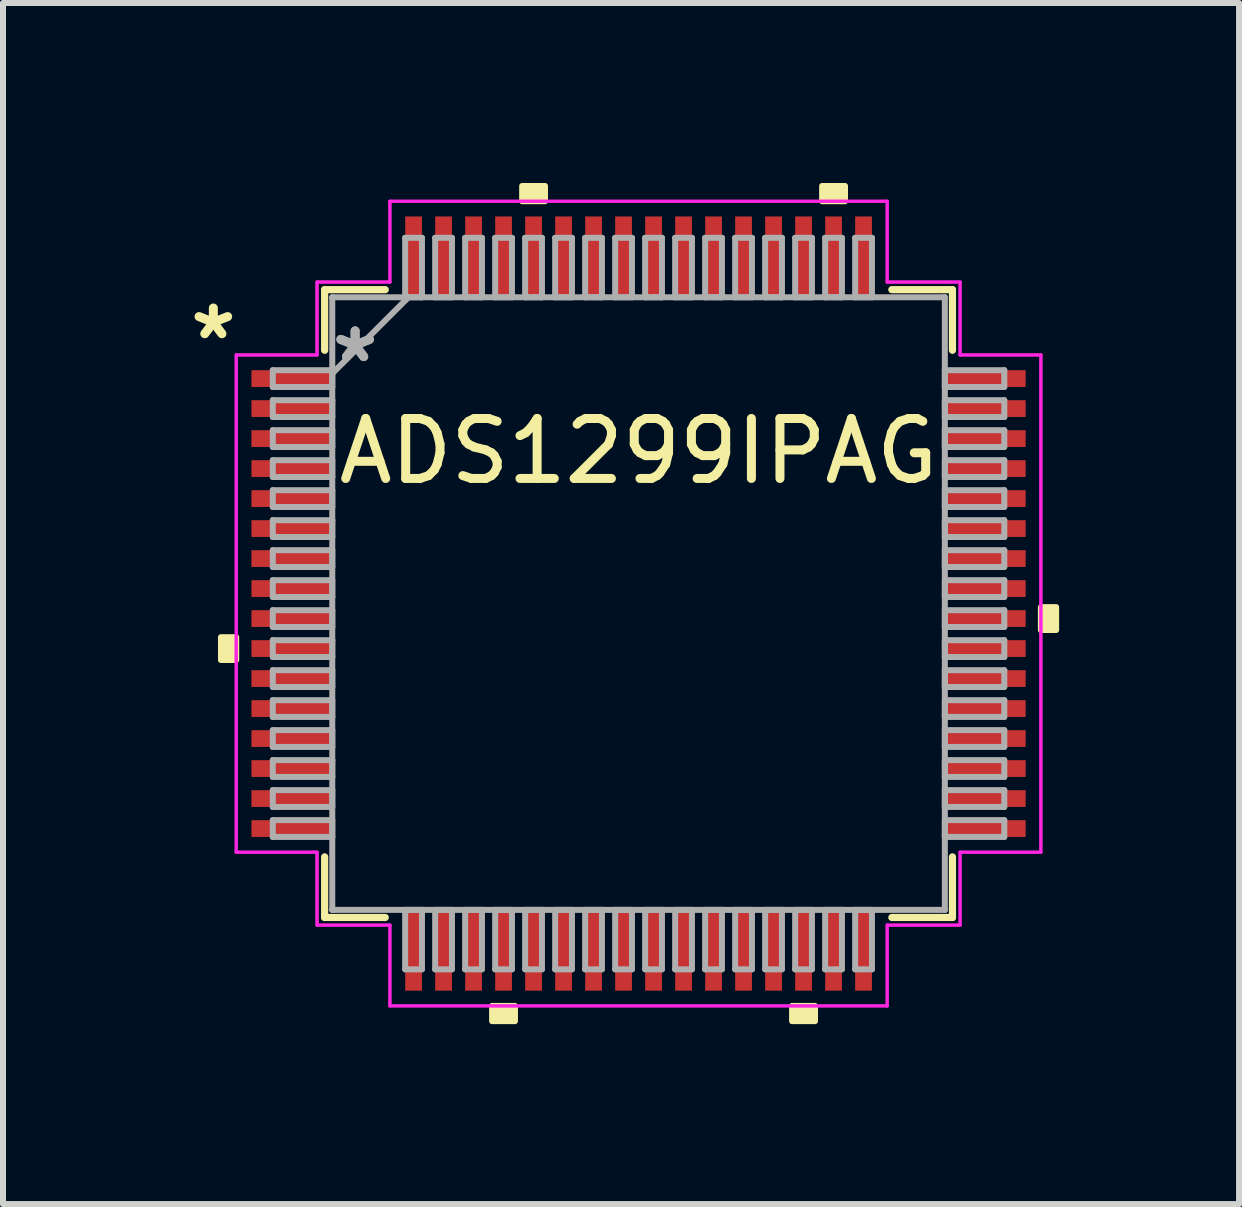
<source format=kicad_pcb>
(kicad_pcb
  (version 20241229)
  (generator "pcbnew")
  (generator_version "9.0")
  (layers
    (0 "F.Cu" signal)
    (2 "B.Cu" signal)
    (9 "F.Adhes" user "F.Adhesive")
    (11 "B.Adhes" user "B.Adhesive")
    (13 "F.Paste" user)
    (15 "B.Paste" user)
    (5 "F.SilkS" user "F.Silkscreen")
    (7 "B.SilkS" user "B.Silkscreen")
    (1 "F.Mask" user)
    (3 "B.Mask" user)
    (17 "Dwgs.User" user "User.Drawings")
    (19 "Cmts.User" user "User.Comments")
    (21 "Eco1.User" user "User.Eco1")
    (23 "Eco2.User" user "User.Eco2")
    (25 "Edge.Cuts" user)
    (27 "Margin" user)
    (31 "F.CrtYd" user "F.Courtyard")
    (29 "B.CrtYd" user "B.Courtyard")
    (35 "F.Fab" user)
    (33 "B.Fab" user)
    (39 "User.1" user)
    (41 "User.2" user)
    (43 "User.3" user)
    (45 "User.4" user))
  (footprint "ADS1299IPAG"
    (layer "F.Cu")
    (at 7.593 7.01)
    (property "Reference" "ADS1299IPAG" (at 0 -2.54 0) (layer "F.SilkS") (effects (font (size 1 1) (thickness 0.15))))
    (attr through_hole)
    (fp_line (start -5.232 -5.232) (end -5.232 -4.222) (stroke (width 0.12) (type solid)) (layer "F.SilkS"))
    (fp_line (start -5.232 4.222) (end -5.232 5.232) (stroke (width 0.12) (type solid)) (layer "F.SilkS"))
    (fp_line (start -5.232 5.232) (end -4.222 5.232) (stroke (width 0.12) (type solid)) (layer "F.SilkS"))
    (fp_line (start -4.222 -5.232) (end -5.232 -5.232) (stroke (width 0.12) (type solid)) (layer "F.SilkS"))
    (fp_line (start 4.222 5.232) (end 5.232 5.232) (stroke (width 0.12) (type solid)) (layer "F.SilkS"))
    (fp_line (start 5.232 -5.232) (end 4.222 -5.232) (stroke (width 0.12) (type solid)) (layer "F.SilkS"))
    (fp_line (start 5.232 -4.222) (end 5.232 -5.232) (stroke (width 0.12) (type solid)) (layer "F.SilkS"))
    (fp_line (start 5.232 5.232) (end 5.232 4.222) (stroke (width 0.12) (type solid)) (layer "F.SilkS"))
    (fp_poly (pts (xy -6.96 0.56) (xy -6.96 0.941) (xy -6.706 0.941) (xy -6.706 0.56)) (stroke (width 0.1) (type solid)) (fill yes) (layer "F.SilkS"))
    (fp_poly (pts (xy -2.441 6.706) (xy -2.441 6.96) (xy -2.06 6.96) (xy -2.06 6.706)) (stroke (width 0.1) (type solid)) (fill yes) (layer "F.SilkS"))
    (fp_poly (pts (xy -1.94 -6.706) (xy -1.94 -6.96) (xy -1.559 -6.96) (xy -1.559 -6.706)) (stroke (width 0.1) (type solid)) (fill yes) (layer "F.SilkS"))
    (fp_poly (pts (xy 2.559 6.706) (xy 2.559 6.96) (xy 2.941 6.96) (xy 2.941 6.706)) (stroke (width 0.1) (type solid)) (fill yes) (layer "F.SilkS"))
    (fp_poly (pts (xy 3.06 -6.706) (xy 3.06 -6.96) (xy 3.441 -6.96) (xy 3.441 -6.706)) (stroke (width 0.1) (type solid)) (fill yes) (layer "F.SilkS"))
    (fp_poly (pts (xy 6.96 0.059) (xy 6.96 0.441) (xy 6.706 0.441) (xy 6.706 0.059)) (stroke (width 0.1) (type solid)) (fill yes) (layer "F.SilkS"))
    (fp_line (start -6.706 -4.144) (end -5.359 -4.144) (stroke (width 0.05) (type solid)) (layer "F.CrtYd"))
    (fp_line (start -6.706 -4.144) (end -5.359 -4.144) (stroke (width 0.05) (type solid)) (layer "F.CrtYd"))
    (fp_line (start -6.706 4.144) (end -6.706 -4.144) (stroke (width 0.05) (type solid)) (layer "F.CrtYd"))
    (fp_line (start -6.706 4.144) (end -6.706 -4.144) (stroke (width 0.05) (type solid)) (layer "F.CrtYd"))
    (fp_line (start -5.359 -5.359) (end -4.144 -5.359) (stroke (width 0.05) (type solid)) (layer "F.CrtYd"))
    (fp_line (start -5.359 -5.359) (end -4.144 -5.359) (stroke (width 0.05) (type solid)) (layer "F.CrtYd"))
    (fp_line (start -5.359 -4.144) (end -5.359 -5.359) (stroke (width 0.05) (type solid)) (layer "F.CrtYd"))
    (fp_line (start -5.359 -4.144) (end -5.359 -5.359) (stroke (width 0.05) (type solid)) (layer "F.CrtYd"))
    (fp_line (start -5.359 4.144) (end -6.706 4.144) (stroke (width 0.05) (type solid)) (layer "F.CrtYd"))
    (fp_line (start -5.359 4.144) (end -6.706 4.144) (stroke (width 0.05) (type solid)) (layer "F.CrtYd"))
    (fp_line (start -5.359 5.359) (end -5.359 4.144) (stroke (width 0.05) (type solid)) (layer "F.CrtYd"))
    (fp_line (start -5.359 5.359) (end -5.359 4.144) (stroke (width 0.05) (type solid)) (layer "F.CrtYd"))
    (fp_line (start -5.359 5.359) (end -4.144 5.359) (stroke (width 0.05) (type solid)) (layer "F.CrtYd"))
    (fp_line (start -4.144 -6.706) (end 4.144 -6.706) (stroke (width 0.05) (type solid)) (layer "F.CrtYd"))
    (fp_line (start -4.144 -6.706) (end 4.144 -6.706) (stroke (width 0.05) (type solid)) (layer "F.CrtYd"))
    (fp_line (start -4.144 -5.359) (end -4.144 -6.706) (stroke (width 0.05) (type solid)) (layer "F.CrtYd"))
    (fp_line (start -4.144 -5.359) (end -4.144 -6.706) (stroke (width 0.05) (type solid)) (layer "F.CrtYd"))
    (fp_line (start -4.144 5.359) (end -5.359 5.359) (stroke (width 0.05) (type solid)) (layer "F.CrtYd"))
    (fp_line (start -4.144 5.359) (end -4.144 6.706) (stroke (width 0.05) (type solid)) (layer "F.CrtYd"))
    (fp_line (start -4.144 6.706) (end -4.144 5.359) (stroke (width 0.05) (type solid)) (layer "F.CrtYd"))
    (fp_line (start -4.144 6.706) (end 4.144 6.706) (stroke (width 0.05) (type solid)) (layer "F.CrtYd"))
    (fp_line (start 4.144 -6.706) (end 4.144 -5.359) (stroke (width 0.05) (type solid)) (layer "F.CrtYd"))
    (fp_line (start 4.144 -6.706) (end 4.144 -5.359) (stroke (width 0.05) (type solid)) (layer "F.CrtYd"))
    (fp_line (start 4.144 -5.359) (end 5.359 -5.359) (stroke (width 0.05) (type solid)) (layer "F.CrtYd"))
    (fp_line (start 4.144 -5.359) (end 5.359 -5.359) (stroke (width 0.05) (type solid)) (layer "F.CrtYd"))
    (fp_line (start 4.144 5.359) (end 4.144 6.706) (stroke (width 0.05) (type solid)) (layer "F.CrtYd"))
    (fp_line (start 4.144 5.359) (end 5.359 5.359) (stroke (width 0.05) (type solid)) (layer "F.CrtYd"))
    (fp_line (start 4.144 6.706) (end -4.144 6.706) (stroke (width 0.05) (type solid)) (layer "F.CrtYd"))
    (fp_line (start 4.144 6.706) (end 4.144 5.359) (stroke (width 0.05) (type solid)) (layer "F.CrtYd"))
    (fp_line (start 5.359 -5.359) (end 5.359 -4.144) (stroke (width 0.05) (type solid)) (layer "F.CrtYd"))
    (fp_line (start 5.359 -4.144) (end 5.359 -5.359) (stroke (width 0.05) (type solid)) (layer "F.CrtYd"))
    (fp_line (start 5.359 -4.144) (end 6.706 -4.144) (stroke (width 0.05) (type solid)) (layer "F.CrtYd"))
    (fp_line (start 5.359 4.144) (end 5.359 5.359) (stroke (width 0.05) (type solid)) (layer "F.CrtYd"))
    (fp_line (start 5.359 4.144) (end 6.706 4.144) (stroke (width 0.05) (type solid)) (layer "F.CrtYd"))
    (fp_line (start 5.359 5.359) (end 4.144 5.359) (stroke (width 0.05) (type solid)) (layer "F.CrtYd"))
    (fp_line (start 5.359 5.359) (end 5.359 4.144) (stroke (width 0.05) (type solid)) (layer "F.CrtYd"))
    (fp_line (start 6.706 -4.144) (end 5.359 -4.144) (stroke (width 0.05) (type solid)) (layer "F.CrtYd"))
    (fp_line (start 6.706 -4.144) (end 6.706 4.144) (stroke (width 0.05) (type solid)) (layer "F.CrtYd"))
    (fp_line (start 6.706 4.144) (end 5.359 4.144) (stroke (width 0.05) (type solid)) (layer "F.CrtYd"))
    (fp_line (start 6.706 4.144) (end 6.706 -4.144) (stroke (width 0.05) (type solid)) (layer "F.CrtYd"))
    (fp_line (start -6.096 -3.89) (end -6.096 -3.61) (stroke (width 0.1) (type solid)) (layer "F.Fab"))
    (fp_line (start -6.096 -3.61) (end -5.105 -3.61) (stroke (width 0.1) (type solid)) (layer "F.Fab"))
    (fp_line (start -6.096 -3.39) (end -6.096 -3.11) (stroke (width 0.1) (type solid)) (layer "F.Fab"))
    (fp_line (start -6.096 -3.11) (end -5.105 -3.11) (stroke (width 0.1) (type solid)) (layer "F.Fab"))
    (fp_line (start -6.096 -2.89) (end -6.096 -2.61) (stroke (width 0.1) (type solid)) (layer "F.Fab"))
    (fp_line (start -6.096 -2.61) (end -5.105 -2.61) (stroke (width 0.1) (type solid)) (layer "F.Fab"))
    (fp_line (start -6.096 -2.39) (end -6.096 -2.11) (stroke (width 0.1) (type solid)) (layer "F.Fab"))
    (fp_line (start -6.096 -2.11) (end -5.105 -2.11) (stroke (width 0.1) (type solid)) (layer "F.Fab"))
    (fp_line (start -6.096 -1.89) (end -6.096 -1.61) (stroke (width 0.1) (type solid)) (layer "F.Fab"))
    (fp_line (start -6.096 -1.61) (end -5.105 -1.61) (stroke (width 0.1) (type solid)) (layer "F.Fab"))
    (fp_line (start -6.096 -1.39) (end -6.096 -1.11) (stroke (width 0.1) (type solid)) (layer "F.Fab"))
    (fp_line (start -6.096 -1.11) (end -5.105 -1.11) (stroke (width 0.1) (type solid)) (layer "F.Fab"))
    (fp_line (start -6.096 -0.89) (end -6.096 -0.61) (stroke (width 0.1) (type solid)) (layer "F.Fab"))
    (fp_line (start -6.096 -0.61) (end -5.105 -0.61) (stroke (width 0.1) (type solid)) (layer "F.Fab"))
    (fp_line (start -6.096 -0.39) (end -6.096 -0.11) (stroke (width 0.1) (type solid)) (layer "F.Fab"))
    (fp_line (start -6.096 -0.11) (end -5.105 -0.11) (stroke (width 0.1) (type solid)) (layer "F.Fab"))
    (fp_line (start -6.096 0.11) (end -6.096 0.39) (stroke (width 0.1) (type solid)) (layer "F.Fab"))
    (fp_line (start -6.096 0.39) (end -5.105 0.39) (stroke (width 0.1) (type solid)) (layer "F.Fab"))
    (fp_line (start -6.096 0.61) (end -6.096 0.89) (stroke (width 0.1) (type solid)) (layer "F.Fab"))
    (fp_line (start -6.096 0.89) (end -5.105 0.89) (stroke (width 0.1) (type solid)) (layer "F.Fab"))
    (fp_line (start -6.096 1.11) (end -6.096 1.39) (stroke (width 0.1) (type solid)) (layer "F.Fab"))
    (fp_line (start -6.096 1.39) (end -5.105 1.39) (stroke (width 0.1) (type solid)) (layer "F.Fab"))
    (fp_line (start -6.096 1.61) (end -6.096 1.89) (stroke (width 0.1) (type solid)) (layer "F.Fab"))
    (fp_line (start -6.096 1.89) (end -5.105 1.89) (stroke (width 0.1) (type solid)) (layer "F.Fab"))
    (fp_line (start -6.096 2.11) (end -6.096 2.39) (stroke (width 0.1) (type solid)) (layer "F.Fab"))
    (fp_line (start -6.096 2.39) (end -5.105 2.39) (stroke (width 0.1) (type solid)) (layer "F.Fab"))
    (fp_line (start -6.096 2.61) (end -6.096 2.89) (stroke (width 0.1) (type solid)) (layer "F.Fab"))
    (fp_line (start -6.096 2.89) (end -5.105 2.89) (stroke (width 0.1) (type solid)) (layer "F.Fab"))
    (fp_line (start -6.096 3.11) (end -6.096 3.39) (stroke (width 0.1) (type solid)) (layer "F.Fab"))
    (fp_line (start -6.096 3.39) (end -5.105 3.39) (stroke (width 0.1) (type solid)) (layer "F.Fab"))
    (fp_line (start -6.096 3.61) (end -6.096 3.89) (stroke (width 0.1) (type solid)) (layer "F.Fab"))
    (fp_line (start -6.096 3.89) (end -5.105 3.89) (stroke (width 0.1) (type solid)) (layer "F.Fab"))
    (fp_line (start -5.105 -5.105) (end -5.105 -5.105) (stroke (width 0.1) (type solid)) (layer "F.Fab"))
    (fp_line (start -5.105 -5.105) (end -5.105 5.105) (stroke (width 0.1) (type solid)) (layer "F.Fab"))
    (fp_line (start -5.105 -3.89) (end -6.096 -3.89) (stroke (width 0.1) (type solid)) (layer "F.Fab"))
    (fp_line (start -5.105 -3.835) (end -3.835 -5.105) (stroke (width 0.1) (type solid)) (layer "F.Fab"))
    (fp_line (start -5.105 -3.61) (end -5.105 -3.89) (stroke (width 0.1) (type solid)) (layer "F.Fab"))
    (fp_line (start -5.105 -3.39) (end -6.096 -3.39) (stroke (width 0.1) (type solid)) (layer "F.Fab"))
    (fp_line (start -5.105 -3.11) (end -5.105 -3.39) (stroke (width 0.1) (type solid)) (layer "F.Fab"))
    (fp_line (start -5.105 -2.89) (end -6.096 -2.89) (stroke (width 0.1) (type solid)) (layer "F.Fab"))
    (fp_line (start -5.105 -2.61) (end -5.105 -2.89) (stroke (width 0.1) (type solid)) (layer "F.Fab"))
    (fp_line (start -5.105 -2.39) (end -6.096 -2.39) (stroke (width 0.1) (type solid)) (layer "F.Fab"))
    (fp_line (start -5.105 -2.11) (end -5.105 -2.39) (stroke (width 0.1) (type solid)) (layer "F.Fab"))
    (fp_line (start -5.105 -1.89) (end -6.096 -1.89) (stroke (width 0.1) (type solid)) (layer "F.Fab"))
    (fp_line (start -5.105 -1.61) (end -5.105 -1.89) (stroke (width 0.1) (type solid)) (layer "F.Fab"))
    (fp_line (start -5.105 -1.39) (end -6.096 -1.39) (stroke (width 0.1) (type solid)) (layer "F.Fab"))
    (fp_line (start -5.105 -1.11) (end -5.105 -1.39) (stroke (width 0.1) (type solid)) (layer "F.Fab"))
    (fp_line (start -5.105 -0.89) (end -6.096 -0.89) (stroke (width 0.1) (type solid)) (layer "F.Fab"))
    (fp_line (start -5.105 -0.61) (end -5.105 -0.89) (stroke (width 0.1) (type solid)) (layer "F.Fab"))
    (fp_line (start -5.105 -0.39) (end -6.096 -0.39) (stroke (width 0.1) (type solid)) (layer "F.Fab"))
    (fp_line (start -5.105 -0.11) (end -5.105 -0.39) (stroke (width 0.1) (type solid)) (layer "F.Fab"))
    (fp_line (start -5.105 0.11) (end -6.096 0.11) (stroke (width 0.1) (type solid)) (layer "F.Fab"))
    (fp_line (start -5.105 0.39) (end -5.105 0.11) (stroke (width 0.1) (type solid)) (layer "F.Fab"))
    (fp_line (start -5.105 0.61) (end -6.096 0.61) (stroke (width 0.1) (type solid)) (layer "F.Fab"))
    (fp_line (start -5.105 0.89) (end -5.105 0.61) (stroke (width 0.1) (type solid)) (layer "F.Fab"))
    (fp_line (start -5.105 1.11) (end -6.096 1.11) (stroke (width 0.1) (type solid)) (layer "F.Fab"))
    (fp_line (start -5.105 1.39) (end -5.105 1.11) (stroke (width 0.1) (type solid)) (layer "F.Fab"))
    (fp_line (start -5.105 1.61) (end -6.096 1.61) (stroke (width 0.1) (type solid)) (layer "F.Fab"))
    (fp_line (start -5.105 1.89) (end -5.105 1.61) (stroke (width 0.1) (type solid)) (layer "F.Fab"))
    (fp_line (start -5.105 2.11) (end -6.096 2.11) (stroke (width 0.1) (type solid)) (layer "F.Fab"))
    (fp_line (start -5.105 2.39) (end -5.105 2.11) (stroke (width 0.1) (type solid)) (layer "F.Fab"))
    (fp_line (start -5.105 2.61) (end -6.096 2.61) (stroke (width 0.1) (type solid)) (layer "F.Fab"))
    (fp_line (start -5.105 2.89) (end -5.105 2.61) (stroke (width 0.1) (type solid)) (layer "F.Fab"))
    (fp_line (start -5.105 3.11) (end -6.096 3.11) (stroke (width 0.1) (type solid)) (layer "F.Fab"))
    (fp_line (start -5.105 3.39) (end -5.105 3.11) (stroke (width 0.1) (type solid)) (layer "F.Fab"))
    (fp_line (start -5.105 3.61) (end -6.096 3.61) (stroke (width 0.1) (type solid)) (layer "F.Fab"))
    (fp_line (start -5.105 3.89) (end -5.105 3.61) (stroke (width 0.1) (type solid)) (layer "F.Fab"))
    (fp_line (start -5.105 5.105) (end -5.105 5.105) (stroke (width 0.1) (type solid)) (layer "F.Fab"))
    (fp_line (start -5.105 5.105) (end 5.105 5.105) (stroke (width 0.1) (type solid)) (layer "F.Fab"))
    (fp_line (start -3.89 -6.096) (end -3.89 -5.105) (stroke (width 0.1) (type solid)) (layer "F.Fab"))
    (fp_line (start -3.89 -5.105) (end -3.61 -5.105) (stroke (width 0.1) (type solid)) (layer "F.Fab"))
    (fp_line (start -3.89 5.105) (end -3.89 6.096) (stroke (width 0.1) (type solid)) (layer "F.Fab"))
    (fp_line (start -3.89 6.096) (end -3.61 6.096) (stroke (width 0.1) (type solid)) (layer "F.Fab"))
    (fp_line (start -3.61 -6.096) (end -3.89 -6.096) (stroke (width 0.1) (type solid)) (layer "F.Fab"))
    (fp_line (start -3.61 -5.105) (end -3.61 -6.096) (stroke (width 0.1) (type solid)) (layer "F.Fab"))
    (fp_line (start -3.61 5.105) (end -3.89 5.105) (stroke (width 0.1) (type solid)) (layer "F.Fab"))
    (fp_line (start -3.61 6.096) (end -3.61 5.105) (stroke (width 0.1) (type solid)) (layer "F.Fab"))
    (fp_line (start -3.39 -6.096) (end -3.39 -5.105) (stroke (width 0.1) (type solid)) (layer "F.Fab"))
    (fp_line (start -3.39 -5.105) (end -3.11 -5.105) (stroke (width 0.1) (type solid)) (layer "F.Fab"))
    (fp_line (start -3.39 5.105) (end -3.39 6.096) (stroke (width 0.1) (type solid)) (layer "F.Fab"))
    (fp_line (start -3.39 6.096) (end -3.11 6.096) (stroke (width 0.1) (type solid)) (layer "F.Fab"))
    (fp_line (start -3.11 -6.096) (end -3.39 -6.096) (stroke (width 0.1) (type solid)) (layer "F.Fab"))
    (fp_line (start -3.11 -5.105) (end -3.11 -6.096) (stroke (width 0.1) (type solid)) (layer "F.Fab"))
    (fp_line (start -3.11 5.105) (end -3.39 5.105) (stroke (width 0.1) (type solid)) (layer "F.Fab"))
    (fp_line (start -3.11 6.096) (end -3.11 5.105) (stroke (width 0.1) (type solid)) (layer "F.Fab"))
    (fp_line (start -2.89 -6.096) (end -2.89 -5.105) (stroke (width 0.1) (type solid)) (layer "F.Fab"))
    (fp_line (start -2.89 -5.105) (end -2.61 -5.105) (stroke (width 0.1) (type solid)) (layer "F.Fab"))
    (fp_line (start -2.89 5.105) (end -2.89 6.096) (stroke (width 0.1) (type solid)) (layer "F.Fab"))
    (fp_line (start -2.89 6.096) (end -2.61 6.096) (stroke (width 0.1) (type solid)) (layer "F.Fab"))
    (fp_line (start -2.61 -6.096) (end -2.89 -6.096) (stroke (width 0.1) (type solid)) (layer "F.Fab"))
    (fp_line (start -2.61 -5.105) (end -2.61 -6.096) (stroke (width 0.1) (type solid)) (layer "F.Fab"))
    (fp_line (start -2.61 5.105) (end -2.89 5.105) (stroke (width 0.1) (type solid)) (layer "F.Fab"))
    (fp_line (start -2.61 6.096) (end -2.61 5.105) (stroke (width 0.1) (type solid)) (layer "F.Fab"))
    (fp_line (start -2.39 -6.096) (end -2.39 -5.105) (stroke (width 0.1) (type solid)) (layer "F.Fab"))
    (fp_line (start -2.39 -5.105) (end -2.11 -5.105) (stroke (width 0.1) (type solid)) (layer "F.Fab"))
    (fp_line (start -2.39 5.105) (end -2.39 6.096) (stroke (width 0.1) (type solid)) (layer "F.Fab"))
    (fp_line (start -2.39 6.096) (end -2.11 6.096) (stroke (width 0.1) (type solid)) (layer "F.Fab"))
    (fp_line (start -2.11 -6.096) (end -2.39 -6.096) (stroke (width 0.1) (type solid)) (layer "F.Fab"))
    (fp_line (start -2.11 -5.105) (end -2.11 -6.096) (stroke (width 0.1) (type solid)) (layer "F.Fab"))
    (fp_line (start -2.11 5.105) (end -2.39 5.105) (stroke (width 0.1) (type solid)) (layer "F.Fab"))
    (fp_line (start -2.11 6.096) (end -2.11 5.105) (stroke (width 0.1) (type solid)) (layer "F.Fab"))
    (fp_line (start -1.89 -6.096) (end -1.89 -5.105) (stroke (width 0.1) (type solid)) (layer "F.Fab"))
    (fp_line (start -1.89 -5.105) (end -1.61 -5.105) (stroke (width 0.1) (type solid)) (layer "F.Fab"))
    (fp_line (start -1.89 5.105) (end -1.89 6.096) (stroke (width 0.1) (type solid)) (layer "F.Fab"))
    (fp_line (start -1.89 6.096) (end -1.61 6.096) (stroke (width 0.1) (type solid)) (layer "F.Fab"))
    (fp_line (start -1.61 -6.096) (end -1.89 -6.096) (stroke (width 0.1) (type solid)) (layer "F.Fab"))
    (fp_line (start -1.61 -5.105) (end -1.61 -6.096) (stroke (width 0.1) (type solid)) (layer "F.Fab"))
    (fp_line (start -1.61 5.105) (end -1.89 5.105) (stroke (width 0.1) (type solid)) (layer "F.Fab"))
    (fp_line (start -1.61 6.096) (end -1.61 5.105) (stroke (width 0.1) (type solid)) (layer "F.Fab"))
    (fp_line (start -1.39 -6.096) (end -1.39 -5.105) (stroke (width 0.1) (type solid)) (layer "F.Fab"))
    (fp_line (start -1.39 -5.105) (end -1.11 -5.105) (stroke (width 0.1) (type solid)) (layer "F.Fab"))
    (fp_line (start -1.39 5.105) (end -1.39 6.096) (stroke (width 0.1) (type solid)) (layer "F.Fab"))
    (fp_line (start -1.39 6.096) (end -1.11 6.096) (stroke (width 0.1) (type solid)) (layer "F.Fab"))
    (fp_line (start -1.11 -6.096) (end -1.39 -6.096) (stroke (width 0.1) (type solid)) (layer "F.Fab"))
    (fp_line (start -1.11 -5.105) (end -1.11 -6.096) (stroke (width 0.1) (type solid)) (layer "F.Fab"))
    (fp_line (start -1.11 5.105) (end -1.39 5.105) (stroke (width 0.1) (type solid)) (layer "F.Fab"))
    (fp_line (start -1.11 6.096) (end -1.11 5.105) (stroke (width 0.1) (type solid)) (layer "F.Fab"))
    (fp_line (start -0.89 -6.096) (end -0.89 -5.105) (stroke (width 0.1) (type solid)) (layer "F.Fab"))
    (fp_line (start -0.89 -5.105) (end -0.61 -5.105) (stroke (width 0.1) (type solid)) (layer "F.Fab"))
    (fp_line (start -0.89 5.105) (end -0.89 6.096) (stroke (width 0.1) (type solid)) (layer "F.Fab"))
    (fp_line (start -0.89 6.096) (end -0.61 6.096) (stroke (width 0.1) (type solid)) (layer "F.Fab"))
    (fp_line (start -0.61 -6.096) (end -0.89 -6.096) (stroke (width 0.1) (type solid)) (layer "F.Fab"))
    (fp_line (start -0.61 -5.105) (end -0.61 -6.096) (stroke (width 0.1) (type solid)) (layer "F.Fab"))
    (fp_line (start -0.61 5.105) (end -0.89 5.105) (stroke (width 0.1) (type solid)) (layer "F.Fab"))
    (fp_line (start -0.61 6.096) (end -0.61 5.105) (stroke (width 0.1) (type solid)) (layer "F.Fab"))
    (fp_line (start -0.39 -6.096) (end -0.39 -5.105) (stroke (width 0.1) (type solid)) (layer "F.Fab"))
    (fp_line (start -0.39 -5.105) (end -0.11 -5.105) (stroke (width 0.1) (type solid)) (layer "F.Fab"))
    (fp_line (start -0.39 5.105) (end -0.39 6.096) (stroke (width 0.1) (type solid)) (layer "F.Fab"))
    (fp_line (start -0.39 6.096) (end -0.11 6.096) (stroke (width 0.1) (type solid)) (layer "F.Fab"))
    (fp_line (start -0.11 -6.096) (end -0.39 -6.096) (stroke (width 0.1) (type solid)) (layer "F.Fab"))
    (fp_line (start -0.11 -5.105) (end -0.11 -6.096) (stroke (width 0.1) (type solid)) (layer "F.Fab"))
    (fp_line (start -0.11 5.105) (end -0.39 5.105) (stroke (width 0.1) (type solid)) (layer "F.Fab"))
    (fp_line (start -0.11 6.096) (end -0.11 5.105) (stroke (width 0.1) (type solid)) (layer "F.Fab"))
    (fp_line (start 0.11 -6.096) (end 0.11 -5.105) (stroke (width 0.1) (type solid)) (layer "F.Fab"))
    (fp_line (start 0.11 -5.105) (end 0.39 -5.105) (stroke (width 0.1) (type solid)) (layer "F.Fab"))
    (fp_line (start 0.11 5.105) (end 0.11 6.096) (stroke (width 0.1) (type solid)) (layer "F.Fab"))
    (fp_line (start 0.11 6.096) (end 0.39 6.096) (stroke (width 0.1) (type solid)) (layer "F.Fab"))
    (fp_line (start 0.39 -6.096) (end 0.11 -6.096) (stroke (width 0.1) (type solid)) (layer "F.Fab"))
    (fp_line (start 0.39 -5.105) (end 0.39 -6.096) (stroke (width 0.1) (type solid)) (layer "F.Fab"))
    (fp_line (start 0.39 5.105) (end 0.11 5.105) (stroke (width 0.1) (type solid)) (layer "F.Fab"))
    (fp_line (start 0.39 6.096) (end 0.39 5.105) (stroke (width 0.1) (type solid)) (layer "F.Fab"))
    (fp_line (start 0.61 -6.096) (end 0.61 -5.105) (stroke (width 0.1) (type solid)) (layer "F.Fab"))
    (fp_line (start 0.61 -5.105) (end 0.89 -5.105) (stroke (width 0.1) (type solid)) (layer "F.Fab"))
    (fp_line (start 0.61 5.105) (end 0.61 6.096) (stroke (width 0.1) (type solid)) (layer "F.Fab"))
    (fp_line (start 0.61 6.096) (end 0.89 6.096) (stroke (width 0.1) (type solid)) (layer "F.Fab"))
    (fp_line (start 0.89 -6.096) (end 0.61 -6.096) (stroke (width 0.1) (type solid)) (layer "F.Fab"))
    (fp_line (start 0.89 -5.105) (end 0.89 -6.096) (stroke (width 0.1) (type solid)) (layer "F.Fab"))
    (fp_line (start 0.89 5.105) (end 0.61 5.105) (stroke (width 0.1) (type solid)) (layer "F.Fab"))
    (fp_line (start 0.89 6.096) (end 0.89 5.105) (stroke (width 0.1) (type solid)) (layer "F.Fab"))
    (fp_line (start 1.11 -6.096) (end 1.11 -5.105) (stroke (width 0.1) (type solid)) (layer "F.Fab"))
    (fp_line (start 1.11 -5.105) (end 1.39 -5.105) (stroke (width 0.1) (type solid)) (layer "F.Fab"))
    (fp_line (start 1.11 5.105) (end 1.11 6.096) (stroke (width 0.1) (type solid)) (layer "F.Fab"))
    (fp_line (start 1.11 6.096) (end 1.39 6.096) (stroke (width 0.1) (type solid)) (layer "F.Fab"))
    (fp_line (start 1.39 -6.096) (end 1.11 -6.096) (stroke (width 0.1) (type solid)) (layer "F.Fab"))
    (fp_line (start 1.39 -5.105) (end 1.39 -6.096) (stroke (width 0.1) (type solid)) (layer "F.Fab"))
    (fp_line (start 1.39 5.105) (end 1.11 5.105) (stroke (width 0.1) (type solid)) (layer "F.Fab"))
    (fp_line (start 1.39 6.096) (end 1.39 5.105) (stroke (width 0.1) (type solid)) (layer "F.Fab"))
    (fp_line (start 1.61 -6.096) (end 1.61 -5.105) (stroke (width 0.1) (type solid)) (layer "F.Fab"))
    (fp_line (start 1.61 -5.105) (end 1.89 -5.105) (stroke (width 0.1) (type solid)) (layer "F.Fab"))
    (fp_line (start 1.61 5.105) (end 1.61 6.096) (stroke (width 0.1) (type solid)) (layer "F.Fab"))
    (fp_line (start 1.61 6.096) (end 1.89 6.096) (stroke (width 0.1) (type solid)) (layer "F.Fab"))
    (fp_line (start 1.89 -6.096) (end 1.61 -6.096) (stroke (width 0.1) (type solid)) (layer "F.Fab"))
    (fp_line (start 1.89 -5.105) (end 1.89 -6.096) (stroke (width 0.1) (type solid)) (layer "F.Fab"))
    (fp_line (start 1.89 5.105) (end 1.61 5.105) (stroke (width 0.1) (type solid)) (layer "F.Fab"))
    (fp_line (start 1.89 6.096) (end 1.89 5.105) (stroke (width 0.1) (type solid)) (layer "F.Fab"))
    (fp_line (start 2.11 -6.096) (end 2.11 -5.105) (stroke (width 0.1) (type solid)) (layer "F.Fab"))
    (fp_line (start 2.11 -5.105) (end 2.39 -5.105) (stroke (width 0.1) (type solid)) (layer "F.Fab"))
    (fp_line (start 2.11 5.105) (end 2.11 6.096) (stroke (width 0.1) (type solid)) (layer "F.Fab"))
    (fp_line (start 2.11 6.096) (end 2.39 6.096) (stroke (width 0.1) (type solid)) (layer "F.Fab"))
    (fp_line (start 2.39 -6.096) (end 2.11 -6.096) (stroke (width 0.1) (type solid)) (layer "F.Fab"))
    (fp_line (start 2.39 -5.105) (end 2.39 -6.096) (stroke (width 0.1) (type solid)) (layer "F.Fab"))
    (fp_line (start 2.39 5.105) (end 2.11 5.105) (stroke (width 0.1) (type solid)) (layer "F.Fab"))
    (fp_line (start 2.39 6.096) (end 2.39 5.105) (stroke (width 0.1) (type solid)) (layer "F.Fab"))
    (fp_line (start 2.61 -6.096) (end 2.61 -5.105) (stroke (width 0.1) (type solid)) (layer "F.Fab"))
    (fp_line (start 2.61 -5.105) (end 2.89 -5.105) (stroke (width 0.1) (type solid)) (layer "F.Fab"))
    (fp_line (start 2.61 5.105) (end 2.61 6.096) (stroke (width 0.1) (type solid)) (layer "F.Fab"))
    (fp_line (start 2.61 6.096) (end 2.89 6.096) (stroke (width 0.1) (type solid)) (layer "F.Fab"))
    (fp_line (start 2.89 -6.096) (end 2.61 -6.096) (stroke (width 0.1) (type solid)) (layer "F.Fab"))
    (fp_line (start 2.89 -5.105) (end 2.89 -6.096) (stroke (width 0.1) (type solid)) (layer "F.Fab"))
    (fp_line (start 2.89 5.105) (end 2.61 5.105) (stroke (width 0.1) (type solid)) (layer "F.Fab"))
    (fp_line (start 2.89 6.096) (end 2.89 5.105) (stroke (width 0.1) (type solid)) (layer "F.Fab"))
    (fp_line (start 3.11 -6.096) (end 3.11 -5.105) (stroke (width 0.1) (type solid)) (layer "F.Fab"))
    (fp_line (start 3.11 -5.105) (end 3.39 -5.105) (stroke (width 0.1) (type solid)) (layer "F.Fab"))
    (fp_line (start 3.11 5.105) (end 3.11 6.096) (stroke (width 0.1) (type solid)) (layer "F.Fab"))
    (fp_line (start 3.11 6.096) (end 3.39 6.096) (stroke (width 0.1) (type solid)) (layer "F.Fab"))
    (fp_line (start 3.39 -6.096) (end 3.11 -6.096) (stroke (width 0.1) (type solid)) (layer "F.Fab"))
    (fp_line (start 3.39 -5.105) (end 3.39 -6.096) (stroke (width 0.1) (type solid)) (layer "F.Fab"))
    (fp_line (start 3.39 5.105) (end 3.11 5.105) (stroke (width 0.1) (type solid)) (layer "F.Fab"))
    (fp_line (start 3.39 6.096) (end 3.39 5.105) (stroke (width 0.1) (type solid)) (layer "F.Fab"))
    (fp_line (start 3.61 -6.096) (end 3.61 -5.105) (stroke (width 0.1) (type solid)) (layer "F.Fab"))
    (fp_line (start 3.61 -5.105) (end 3.89 -5.105) (stroke (width 0.1) (type solid)) (layer "F.Fab"))
    (fp_line (start 3.61 5.105) (end 3.61 6.096) (stroke (width 0.1) (type solid)) (layer "F.Fab"))
    (fp_line (start 3.61 6.096) (end 3.89 6.096) (stroke (width 0.1) (type solid)) (layer "F.Fab"))
    (fp_line (start 3.89 -6.096) (end 3.61 -6.096) (stroke (width 0.1) (type solid)) (layer "F.Fab"))
    (fp_line (start 3.89 -5.105) (end 3.89 -6.096) (stroke (width 0.1) (type solid)) (layer "F.Fab"))
    (fp_line (start 3.89 5.105) (end 3.61 5.105) (stroke (width 0.1) (type solid)) (layer "F.Fab"))
    (fp_line (start 3.89 6.096) (end 3.89 5.105) (stroke (width 0.1) (type solid)) (layer "F.Fab"))
    (fp_line (start 5.105 -5.105) (end -5.105 -5.105) (stroke (width 0.1) (type solid)) (layer "F.Fab"))
    (fp_line (start 5.105 -5.105) (end 5.105 -5.105) (stroke (width 0.1) (type solid)) (layer "F.Fab"))
    (fp_line (start 5.105 -3.89) (end 5.105 -3.61) (stroke (width 0.1) (type solid)) (layer "F.Fab"))
    (fp_line (start 5.105 -3.61) (end 6.096 -3.61) (stroke (width 0.1) (type solid)) (layer "F.Fab"))
    (fp_line (start 5.105 -3.39) (end 5.105 -3.11) (stroke (width 0.1) (type solid)) (layer "F.Fab"))
    (fp_line (start 5.105 -3.11) (end 6.096 -3.11) (stroke (width 0.1) (type solid)) (layer "F.Fab"))
    (fp_line (start 5.105 -2.89) (end 5.105 -2.61) (stroke (width 0.1) (type solid)) (layer "F.Fab"))
    (fp_line (start 5.105 -2.61) (end 6.096 -2.61) (stroke (width 0.1) (type solid)) (layer "F.Fab"))
    (fp_line (start 5.105 -2.39) (end 5.105 -2.11) (stroke (width 0.1) (type solid)) (layer "F.Fab"))
    (fp_line (start 5.105 -2.11) (end 6.096 -2.11) (stroke (width 0.1) (type solid)) (layer "F.Fab"))
    (fp_line (start 5.105 -1.89) (end 5.105 -1.61) (stroke (width 0.1) (type solid)) (layer "F.Fab"))
    (fp_line (start 5.105 -1.61) (end 6.096 -1.61) (stroke (width 0.1) (type solid)) (layer "F.Fab"))
    (fp_line (start 5.105 -1.39) (end 5.105 -1.11) (stroke (width 0.1) (type solid)) (layer "F.Fab"))
    (fp_line (start 5.105 -1.11) (end 6.096 -1.11) (stroke (width 0.1) (type solid)) (layer "F.Fab"))
    (fp_line (start 5.105 -0.89) (end 5.105 -0.61) (stroke (width 0.1) (type solid)) (layer "F.Fab"))
    (fp_line (start 5.105 -0.61) (end 6.096 -0.61) (stroke (width 0.1) (type solid)) (layer "F.Fab"))
    (fp_line (start 5.105 -0.39) (end 5.105 -0.11) (stroke (width 0.1) (type solid)) (layer "F.Fab"))
    (fp_line (start 5.105 -0.11) (end 6.096 -0.11) (stroke (width 0.1) (type solid)) (layer "F.Fab"))
    (fp_line (start 5.105 0.11) (end 5.105 0.39) (stroke (width 0.1) (type solid)) (layer "F.Fab"))
    (fp_line (start 5.105 0.39) (end 6.096 0.39) (stroke (width 0.1) (type solid)) (layer "F.Fab"))
    (fp_line (start 5.105 0.61) (end 5.105 0.89) (stroke (width 0.1) (type solid)) (layer "F.Fab"))
    (fp_line (start 5.105 0.89) (end 6.096 0.89) (stroke (width 0.1) (type solid)) (layer "F.Fab"))
    (fp_line (start 5.105 1.11) (end 5.105 1.39) (stroke (width 0.1) (type solid)) (layer "F.Fab"))
    (fp_line (start 5.105 1.39) (end 6.096 1.39) (stroke (width 0.1) (type solid)) (layer "F.Fab"))
    (fp_line (start 5.105 1.61) (end 5.105 1.89) (stroke (width 0.1) (type solid)) (layer "F.Fab"))
    (fp_line (start 5.105 1.89) (end 6.096 1.89) (stroke (width 0.1) (type solid)) (layer "F.Fab"))
    (fp_line (start 5.105 2.11) (end 5.105 2.39) (stroke (width 0.1) (type solid)) (layer "F.Fab"))
    (fp_line (start 5.105 2.39) (end 6.096 2.39) (stroke (width 0.1) (type solid)) (layer "F.Fab"))
    (fp_line (start 5.105 2.61) (end 5.105 2.89) (stroke (width 0.1) (type solid)) (layer "F.Fab"))
    (fp_line (start 5.105 2.89) (end 6.096 2.89) (stroke (width 0.1) (type solid)) (layer "F.Fab"))
    (fp_line (start 5.105 3.11) (end 5.105 3.39) (stroke (width 0.1) (type solid)) (layer "F.Fab"))
    (fp_line (start 5.105 3.39) (end 6.096 3.39) (stroke (width 0.1) (type solid)) (layer "F.Fab"))
    (fp_line (start 5.105 3.61) (end 5.105 3.89) (stroke (width 0.1) (type solid)) (layer "F.Fab"))
    (fp_line (start 5.105 3.89) (end 6.096 3.89) (stroke (width 0.1) (type solid)) (layer "F.Fab"))
    (fp_line (start 5.105 5.105) (end 5.105 -5.105) (stroke (width 0.1) (type solid)) (layer "F.Fab"))
    (fp_line (start 5.105 5.105) (end 5.105 5.105) (stroke (width 0.1) (type solid)) (layer "F.Fab"))
    (fp_line (start 6.096 -3.89) (end 5.105 -3.89) (stroke (width 0.1) (type solid)) (layer "F.Fab"))
    (fp_line (start 6.096 -3.61) (end 6.096 -3.89) (stroke (width 0.1) (type solid)) (layer "F.Fab"))
    (fp_line (start 6.096 -3.39) (end 5.105 -3.39) (stroke (width 0.1) (type solid)) (layer "F.Fab"))
    (fp_line (start 6.096 -3.11) (end 6.096 -3.39) (stroke (width 0.1) (type solid)) (layer "F.Fab"))
    (fp_line (start 6.096 -2.89) (end 5.105 -2.89) (stroke (width 0.1) (type solid)) (layer "F.Fab"))
    (fp_line (start 6.096 -2.61) (end 6.096 -2.89) (stroke (width 0.1) (type solid)) (layer "F.Fab"))
    (fp_line (start 6.096 -2.39) (end 5.105 -2.39) (stroke (width 0.1) (type solid)) (layer "F.Fab"))
    (fp_line (start 6.096 -2.11) (end 6.096 -2.39) (stroke (width 0.1) (type solid)) (layer "F.Fab"))
    (fp_line (start 6.096 -1.89) (end 5.105 -1.89) (stroke (width 0.1) (type solid)) (layer "F.Fab"))
    (fp_line (start 6.096 -1.61) (end 6.096 -1.89) (stroke (width 0.1) (type solid)) (layer "F.Fab"))
    (fp_line (start 6.096 -1.39) (end 5.105 -1.39) (stroke (width 0.1) (type solid)) (layer "F.Fab"))
    (fp_line (start 6.096 -1.11) (end 6.096 -1.39) (stroke (width 0.1) (type solid)) (layer "F.Fab"))
    (fp_line (start 6.096 -0.89) (end 5.105 -0.89) (stroke (width 0.1) (type solid)) (layer "F.Fab"))
    (fp_line (start 6.096 -0.61) (end 6.096 -0.89) (stroke (width 0.1) (type solid)) (layer "F.Fab"))
    (fp_line (start 6.096 -0.39) (end 5.105 -0.39) (stroke (width 0.1) (type solid)) (layer "F.Fab"))
    (fp_line (start 6.096 -0.11) (end 6.096 -0.39) (stroke (width 0.1) (type solid)) (layer "F.Fab"))
    (fp_line (start 6.096 0.11) (end 5.105 0.11) (stroke (width 0.1) (type solid)) (layer "F.Fab"))
    (fp_line (start 6.096 0.39) (end 6.096 0.11) (stroke (width 0.1) (type solid)) (layer "F.Fab"))
    (fp_line (start 6.096 0.61) (end 5.105 0.61) (stroke (width 0.1) (type solid)) (layer "F.Fab"))
    (fp_line (start 6.096 0.89) (end 6.096 0.61) (stroke (width 0.1) (type solid)) (layer "F.Fab"))
    (fp_line (start 6.096 1.11) (end 5.105 1.11) (stroke (width 0.1) (type solid)) (layer "F.Fab"))
    (fp_line (start 6.096 1.39) (end 6.096 1.11) (stroke (width 0.1) (type solid)) (layer "F.Fab"))
    (fp_line (start 6.096 1.61) (end 5.105 1.61) (stroke (width 0.1) (type solid)) (layer "F.Fab"))
    (fp_line (start 6.096 1.89) (end 6.096 1.61) (stroke (width 0.1) (type solid)) (layer "F.Fab"))
    (fp_line (start 6.096 2.11) (end 5.105 2.11) (stroke (width 0.1) (type solid)) (layer "F.Fab"))
    (fp_line (start 6.096 2.39) (end 6.096 2.11) (stroke (width 0.1) (type solid)) (layer "F.Fab"))
    (fp_line (start 6.096 2.61) (end 5.105 2.61) (stroke (width 0.1) (type solid)) (layer "F.Fab"))
    (fp_line (start 6.096 2.89) (end 6.096 2.61) (stroke (width 0.1) (type solid)) (layer "F.Fab"))
    (fp_line (start 6.096 3.11) (end 5.105 3.11) (stroke (width 0.1) (type solid)) (layer "F.Fab"))
    (fp_line (start 6.096 3.39) (end 6.096 3.11) (stroke (width 0.1) (type solid)) (layer "F.Fab"))
    (fp_line (start 6.096 3.61) (end 5.105 3.61) (stroke (width 0.1) (type solid)) (layer "F.Fab"))
    (fp_line (start 6.096 3.89) (end 6.096 3.61) (stroke (width 0.1) (type solid)) (layer "F.Fab"))
    (fp_text user "*" (at -7.087 -4.381 0) (layer "F.SilkS") (effects (font (size 1 1) (thickness 0.15))))
    (fp_text user "*" (at -4.724 -4 0) (layer "F.Fab") (effects (font (size 1 1) (thickness 0.15))))
    (fp_text user "*" (at -4.724 -4 0) (layer "F.Fab") (effects (font (size 1 1) (thickness 0.15))))
    (pad "1" smd rect (at -5.779 -3.75 90) (size 0.279 1.346) (layers "F.Cu" "F.Mask" "F.Paste"))
    (pad "2" smd rect (at -5.779 -3.25 90) (size 0.279 1.346) (layers "F.Cu" "F.Mask" "F.Paste"))
    (pad "3" smd rect (at -5.779 -2.75 90) (size 0.279 1.346) (layers "F.Cu" "F.Mask" "F.Paste"))
    (pad "4" smd rect (at -5.779 -2.25 90) (size 0.279 1.346) (layers "F.Cu" "F.Mask" "F.Paste"))
    (pad "5" smd rect (at -5.779 -1.75 90) (size 0.279 1.346) (layers "F.Cu" "F.Mask" "F.Paste"))
    (pad "6" smd rect (at -5.779 -1.25 90) (size 0.279 1.346) (layers "F.Cu" "F.Mask" "F.Paste"))
    (pad "7" smd rect (at -5.779 -0.75 90) (size 0.279 1.346) (layers "F.Cu" "F.Mask" "F.Paste"))
    (pad "8" smd rect (at -5.779 -0.25 90) (size 0.279 1.346) (layers "F.Cu" "F.Mask" "F.Paste"))
    (pad "9" smd rect (at -5.779 0.25 90) (size 0.279 1.346) (layers "F.Cu" "F.Mask" "F.Paste"))
    (pad "10" smd rect (at -5.779 0.75 90) (size 0.279 1.346) (layers "F.Cu" "F.Mask" "F.Paste"))
    (pad "11" smd rect (at -5.779 1.25 90) (size 0.279 1.346) (layers "F.Cu" "F.Mask" "F.Paste"))
    (pad "12" smd rect (at -5.779 1.75 90) (size 0.279 1.346) (layers "F.Cu" "F.Mask" "F.Paste"))
    (pad "13" smd rect (at -5.779 2.25 90) (size 0.279 1.346) (layers "F.Cu" "F.Mask" "F.Paste"))
    (pad "14" smd rect (at -5.779 2.75 90) (size 0.279 1.346) (layers "F.Cu" "F.Mask" "F.Paste"))
    (pad "15" smd rect (at -5.779 3.25 90) (size 0.279 1.346) (layers "F.Cu" "F.Mask" "F.Paste"))
    (pad "16" smd rect (at -5.779 3.75 90) (size 0.279 1.346) (layers "F.Cu" "F.Mask" "F.Paste"))
    (pad "17" smd rect (at -3.75 5.779) (size 0.279 1.346) (layers "F.Cu" "F.Mask" "F.Paste"))
    (pad "18" smd rect (at -3.25 5.779) (size 0.279 1.346) (layers "F.Cu" "F.Mask" "F.Paste"))
    (pad "19" smd rect (at -2.75 5.779) (size 0.279 1.346) (layers "F.Cu" "F.Mask" "F.Paste"))
    (pad "20" smd rect (at -2.25 5.779) (size 0.279 1.346) (layers "F.Cu" "F.Mask" "F.Paste"))
    (pad "21" smd rect (at -1.75 5.779) (size 0.279 1.346) (layers "F.Cu" "F.Mask" "F.Paste"))
    (pad "22" smd rect (at -1.25 5.779) (size 0.279 1.346) (layers "F.Cu" "F.Mask" "F.Paste"))
    (pad "23" smd rect (at -0.75 5.779) (size 0.279 1.346) (layers "F.Cu" "F.Mask" "F.Paste"))
    (pad "24" smd rect (at -0.25 5.779) (size 0.279 1.346) (layers "F.Cu" "F.Mask" "F.Paste"))
    (pad "25" smd rect (at 0.25 5.779) (size 0.279 1.346) (layers "F.Cu" "F.Mask" "F.Paste"))
    (pad "26" smd rect (at 0.75 5.779) (size 0.279 1.346) (layers "F.Cu" "F.Mask" "F.Paste"))
    (pad "27" smd rect (at 1.25 5.779) (size 0.279 1.346) (layers "F.Cu" "F.Mask" "F.Paste"))
    (pad "28" smd rect (at 1.75 5.779) (size 0.279 1.346) (layers "F.Cu" "F.Mask" "F.Paste"))
    (pad "29" smd rect (at 2.25 5.779) (size 0.279 1.346) (layers "F.Cu" "F.Mask" "F.Paste"))
    (pad "30" smd rect (at 2.75 5.779) (size 0.279 1.346) (layers "F.Cu" "F.Mask" "F.Paste"))
    (pad "31" smd rect (at 3.25 5.779) (size 0.279 1.346) (layers "F.Cu" "F.Mask" "F.Paste"))
    (pad "32" smd rect (at 3.75 5.779) (size 0.279 1.346) (layers "F.Cu" "F.Mask" "F.Paste"))
    (pad "33" smd rect (at 5.779 3.75 90) (size 0.279 1.346) (layers "F.Cu" "F.Mask" "F.Paste"))
    (pad "34" smd rect (at 5.779 3.25 90) (size 0.279 1.346) (layers "F.Cu" "F.Mask" "F.Paste"))
    (pad "35" smd rect (at 5.779 2.75 90) (size 0.279 1.346) (layers "F.Cu" "F.Mask" "F.Paste"))
    (pad "36" smd rect (at 5.779 2.25 90) (size 0.279 1.346) (layers "F.Cu" "F.Mask" "F.Paste"))
    (pad "37" smd rect (at 5.779 1.75 90) (size 0.279 1.346) (layers "F.Cu" "F.Mask" "F.Paste"))
    (pad "38" smd rect (at 5.779 1.25 90) (size 0.279 1.346) (layers "F.Cu" "F.Mask" "F.Paste"))
    (pad "39" smd rect (at 5.779 0.75 90) (size 0.279 1.346) (layers "F.Cu" "F.Mask" "F.Paste"))
    (pad "40" smd rect (at 5.779 0.25 90) (size 0.279 1.346) (layers "F.Cu" "F.Mask" "F.Paste"))
    (pad "41" smd rect (at 5.779 -0.25 90) (size 0.279 1.346) (layers "F.Cu" "F.Mask" "F.Paste"))
    (pad "42" smd rect (at 5.779 -0.75 90) (size 0.279 1.346) (layers "F.Cu" "F.Mask" "F.Paste"))
    (pad "43" smd rect (at 5.779 -1.25 90) (size 0.279 1.346) (layers "F.Cu" "F.Mask" "F.Paste"))
    (pad "44" smd rect (at 5.779 -1.75 90) (size 0.279 1.346) (layers "F.Cu" "F.Mask" "F.Paste"))
    (pad "45" smd rect (at 5.779 -2.25 90) (size 0.279 1.346) (layers "F.Cu" "F.Mask" "F.Paste"))
    (pad "46" smd rect (at 5.779 -2.75 90) (size 0.279 1.346) (layers "F.Cu" "F.Mask" "F.Paste"))
    (pad "47" smd rect (at 5.779 -3.25 90) (size 0.279 1.346) (layers "F.Cu" "F.Mask" "F.Paste"))
    (pad "48" smd rect (at 5.779 -3.75 90) (size 0.279 1.346) (layers "F.Cu" "F.Mask" "F.Paste"))
    (pad "49" smd rect (at 3.75 -5.779) (size 0.279 1.346) (layers "F.Cu" "F.Mask" "F.Paste"))
    (pad "50" smd rect (at 3.25 -5.779) (size 0.279 1.346) (layers "F.Cu" "F.Mask" "F.Paste"))
    (pad "51" smd rect (at 2.75 -5.779) (size 0.279 1.346) (layers "F.Cu" "F.Mask" "F.Paste"))
    (pad "52" smd rect (at 2.25 -5.779) (size 0.279 1.346) (layers "F.Cu" "F.Mask" "F.Paste"))
    (pad "53" smd rect (at 1.75 -5.779) (size 0.279 1.346) (layers "F.Cu" "F.Mask" "F.Paste"))
    (pad "54" smd rect (at 1.25 -5.779) (size 0.279 1.346) (layers "F.Cu" "F.Mask" "F.Paste"))
    (pad "55" smd rect (at 0.75 -5.779) (size 0.279 1.346) (layers "F.Cu" "F.Mask" "F.Paste"))
    (pad "56" smd rect (at 0.25 -5.779) (size 0.279 1.346) (layers "F.Cu" "F.Mask" "F.Paste"))
    (pad "57" smd rect (at -0.25 -5.779) (size 0.279 1.346) (layers "F.Cu" "F.Mask" "F.Paste"))
    (pad "58" smd rect (at -0.75 -5.779) (size 0.279 1.346) (layers "F.Cu" "F.Mask" "F.Paste"))
    (pad "59" smd rect (at -1.25 -5.779) (size 0.279 1.346) (layers "F.Cu" "F.Mask" "F.Paste"))
    (pad "60" smd rect (at -1.75 -5.779) (size 0.279 1.346) (layers "F.Cu" "F.Mask" "F.Paste"))
    (pad "61" smd rect (at -2.25 -5.779) (size 0.279 1.346) (layers "F.Cu" "F.Mask" "F.Paste"))
    (pad "62" smd rect (at -2.75 -5.779) (size 0.279 1.346) (layers "F.Cu" "F.Mask" "F.Paste"))
    (pad "63" smd rect (at -3.25 -5.779) (size 0.279 1.346) (layers "F.Cu" "F.Mask" "F.Paste"))
    (pad "64" smd rect (at -3.75 -5.779) (size 0.279 1.346) (layers "F.Cu" "F.Mask" "F.Paste")))
  (gr_rect
    (start -3 -3)
    (end 17.602 17.019)
    (stroke (width 0.1) (type default))
    (fill no)
    (layer "Edge.Cuts")))
</source>
